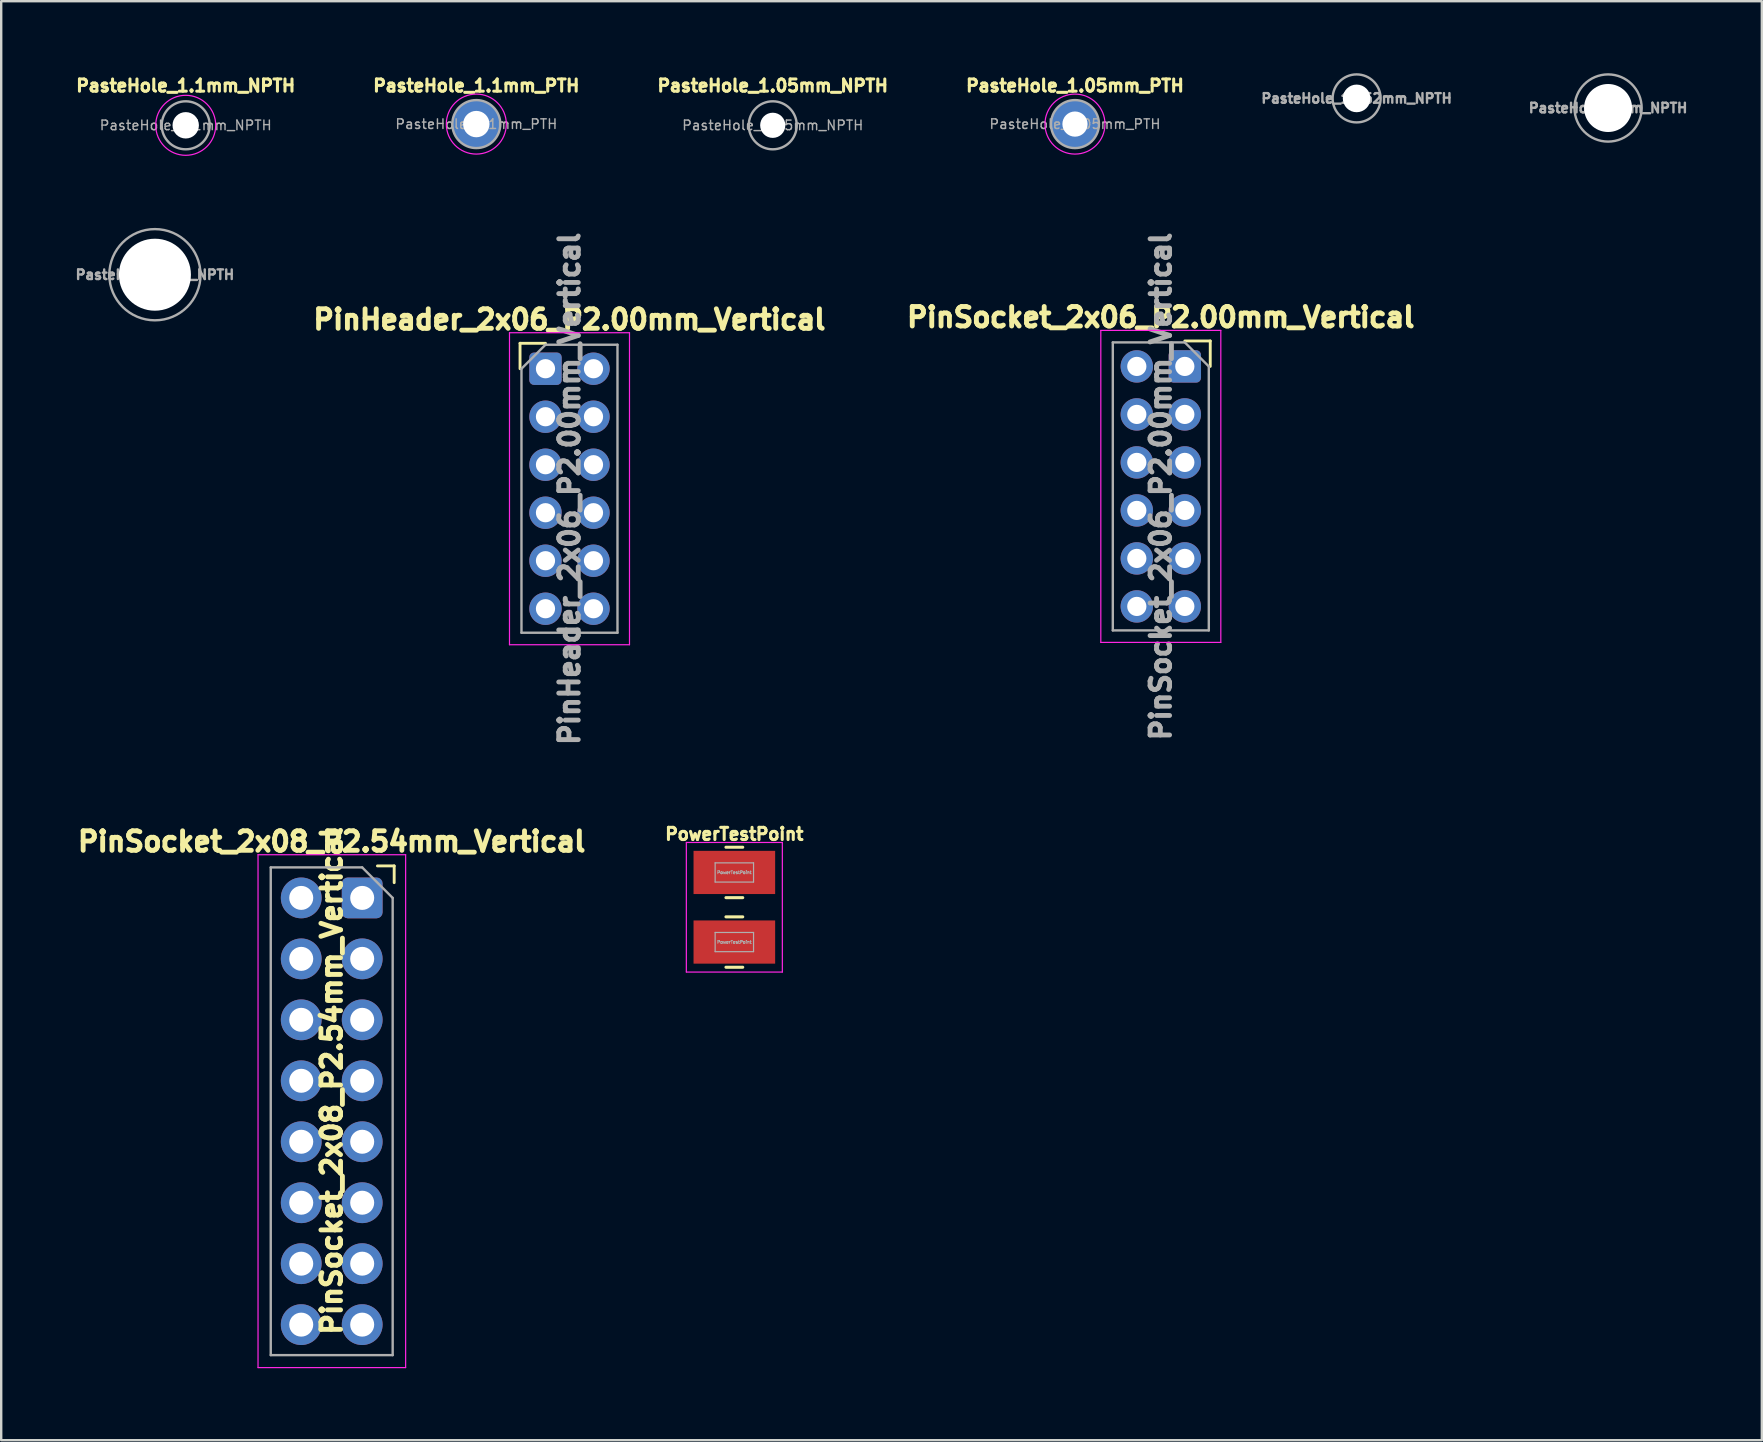
<source format=kicad_pcb>
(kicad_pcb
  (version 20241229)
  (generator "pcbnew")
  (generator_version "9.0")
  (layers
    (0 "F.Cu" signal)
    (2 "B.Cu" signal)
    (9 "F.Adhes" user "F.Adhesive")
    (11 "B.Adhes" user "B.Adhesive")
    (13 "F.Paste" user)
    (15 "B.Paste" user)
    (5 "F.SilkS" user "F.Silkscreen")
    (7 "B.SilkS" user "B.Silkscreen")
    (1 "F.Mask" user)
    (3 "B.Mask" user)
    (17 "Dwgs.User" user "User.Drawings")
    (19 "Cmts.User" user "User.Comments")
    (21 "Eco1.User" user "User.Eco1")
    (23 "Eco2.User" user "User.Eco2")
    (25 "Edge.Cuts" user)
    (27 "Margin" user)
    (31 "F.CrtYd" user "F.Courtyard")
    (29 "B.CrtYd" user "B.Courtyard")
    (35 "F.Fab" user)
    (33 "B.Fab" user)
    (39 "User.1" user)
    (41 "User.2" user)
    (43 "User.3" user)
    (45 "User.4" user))
  (footprint "PasteHole_2mm_NPTH"
    (layer "F.Cu")
    (at 63.952 1.45)
    (property "Reference" "PasteHole_2mm_NPTH" (at 0 0 0) (layer "F.Fab") (effects (font (size 0.4 0.4) (thickness 0.1))))
    (attr exclude_from_pos_files exclude_from_bom)
    (fp_circle (center 0 0) (end 1.4 0) (stroke (width 0.1) (type solid)) (fill no) (layer "F.Fab"))
    (pad "" np_thru_hole circle (at 0 0) (size 2 2) (drill 2) (layers "*.Cu" "*.Mask")))
  (footprint "PasteHole_1.1mm_NPTH"
    (layer "F.Cu")
    (at 4.688 2.171)
    (property "Reference" "PasteHole_1.1mm_NPTH" (at 0 -1.651 0) (layer "F.SilkS") (effects (font (size 0.508 0.508) (thickness 0.127))))
    (attr exclude_from_pos_files exclude_from_bom)
    (fp_circle (center 0 0) (end 1.25 0) (stroke (width 0.05) (type solid)) (fill no) (layer "F.CrtYd"))
    (fp_circle (center 0 0) (end 1 0) (stroke (width 0.1) (type solid)) (fill no) (layer "F.Fab"))
    (fp_text user "${REFERENCE}" (at 0 0 0) (layer "F.Fab") (effects (font (size 0.4 0.4) (thickness 0.06))))
    (pad "" np_thru_hole oval (at 0 0) (size 1.1 1.1) (drill 1.1) (layers "*.Cu" "*.Mask")))
  (footprint "PinSocket_2x08_P2.54mm_Vertical"
    (layer "F.Cu")
    (at 9.501 34.362)
    (property "Reference" "PinSocket_2x08_P2.54mm_Vertical" (at 1.27 7.62 90) (layer "F.SilkS") (effects (font (size 0.818 0.813) (thickness 0.203) (bold yes))))
    (attr through_hole)
    (fp_line (start 3.873 -1.333) (end 3.175 -1.333) (stroke (width 0.12) (type solid)) (layer "F.SilkS"))
    (fp_line (start 3.873 -1.333) (end 3.873 -0.635) (stroke (width 0.12) (type solid)) (layer "F.SilkS"))
    (fp_line (start -1.8 -1.8) (end -1.8 19.57) (stroke (width 0.05) (type solid)) (layer "F.CrtYd"))
    (fp_line (start -1.8 19.57) (end 4.35 19.57) (stroke (width 0.05) (type solid)) (layer "F.CrtYd"))
    (fp_line (start 4.35 -1.8) (end -1.8 -1.8) (stroke (width 0.05) (type solid)) (layer "F.CrtYd"))
    (fp_line (start 4.35 19.57) (end 4.35 -1.8) (stroke (width 0.05) (type solid)) (layer "F.CrtYd"))
    (fp_line (start -1.27 -1.27) (end 2.54 -1.27) (stroke (width 0.1) (type solid)) (layer "F.Fab"))
    (fp_line (start -1.27 19.05) (end -1.27 -1.27) (stroke (width 0.1) (type solid)) (layer "F.Fab"))
    (fp_line (start 3.81 0) (end 2.54 -1.27) (stroke (width 0.1) (type solid)) (layer "F.Fab"))
    (fp_line (start 3.81 0) (end 3.81 19.05) (stroke (width 0.1) (type solid)) (layer "F.Fab"))
    (fp_line (start 3.81 19.05) (end -1.27 19.05) (stroke (width 0.1) (type solid)) (layer "F.Fab"))
    (fp_text user "${REFERENCE}" (at 1.27 -2.349 0) (layer "F.SilkS") (effects (font (size 0.813 0.813) (thickness 0.203) (bold yes))))
    (pad "1" thru_hole roundrect (at 2.54 0) (size 1.7 1.7) (drill 1) (layers "*.Cu" "*.Mask") (roundrect_rratio 0.147))
    (pad "2" thru_hole oval (at 0 0) (size 1.7 1.7) (drill 1) (layers "*.Cu" "*.Mask"))
    (pad "3" thru_hole oval (at 2.54 2.54) (size 1.7 1.7) (drill 1) (layers "*.Cu" "*.Mask"))
    (pad "4" thru_hole oval (at 0 2.54) (size 1.7 1.7) (drill 1) (layers "*.Cu" "*.Mask"))
    (pad "5" thru_hole oval (at 2.54 5.08) (size 1.7 1.7) (drill 1) (layers "*.Cu" "*.Mask"))
    (pad "6" thru_hole oval (at 0 5.08) (size 1.7 1.7) (drill 1) (layers "*.Cu" "*.Mask"))
    (pad "7" thru_hole oval (at 2.54 7.62) (size 1.7 1.7) (drill 1) (layers "*.Cu" "*.Mask"))
    (pad "8" thru_hole oval (at 0 7.62) (size 1.7 1.7) (drill 1) (layers "*.Cu" "*.Mask"))
    (pad "9" thru_hole oval (at 2.54 10.16) (size 1.7 1.7) (drill 1) (layers "*.Cu" "*.Mask"))
    (pad "10" thru_hole oval (at 0 10.16) (size 1.7 1.7) (drill 1) (layers "*.Cu" "*.Mask"))
    (pad "11" thru_hole oval (at 2.54 12.7) (size 1.7 1.7) (drill 1) (layers "*.Cu" "*.Mask"))
    (pad "12" thru_hole oval (at 0 12.7) (size 1.7 1.7) (drill 1) (layers "*.Cu" "*.Mask"))
    (pad "13" thru_hole oval (at 2.54 15.24) (size 1.7 1.7) (drill 1) (layers "*.Cu" "*.Mask"))
    (pad "14" thru_hole oval (at 0 15.24) (size 1.7 1.7) (drill 1) (layers "*.Cu" "*.Mask"))
    (pad "15" thru_hole oval (at 2.54 17.78) (size 1.7 1.7) (drill 1) (layers "*.Cu" "*.Mask"))
    (pad "16" thru_hole oval (at 0 17.78) (size 1.7 1.7) (drill 1) (layers "*.Cu" "*.Mask")))
  (footprint "PinHeader_2x06_P2.00mm_Vertical"
    (layer "F.Cu")
    (at 19.678 12.313)
    (property "Reference" "PinHeader_2x06_P2.00mm_Vertical" (at 1 5 90) (layer "F.Fab") (effects (font (size 0.813 0.813) (thickness 0.203) (bold yes))))
    (attr through_hole)
    (fp_line (start -1.06 -1.06) (end 0 -1.06) (stroke (width 0.12) (type solid)) (layer "F.SilkS"))
    (fp_line (start -1.06 0) (end -1.06 -1.06) (stroke (width 0.12) (type solid)) (layer "F.SilkS"))
    (fp_line (start -1.5 -1.5) (end -1.5 11.5) (stroke (width 0.05) (type solid)) (layer "F.CrtYd"))
    (fp_line (start -1.5 11.5) (end 3.5 11.5) (stroke (width 0.05) (type solid)) (layer "F.CrtYd"))
    (fp_line (start 3.5 -1.5) (end -1.5 -1.5) (stroke (width 0.05) (type solid)) (layer "F.CrtYd"))
    (fp_line (start 3.5 11.5) (end 3.5 -1.5) (stroke (width 0.05) (type solid)) (layer "F.CrtYd"))
    (fp_line (start -1 0) (end 0 -1) (stroke (width 0.1) (type solid)) (layer "F.Fab"))
    (fp_line (start -1 11) (end -1 0) (stroke (width 0.1) (type solid)) (layer "F.Fab"))
    (fp_line (start 0 -1) (end 3 -1) (stroke (width 0.1) (type solid)) (layer "F.Fab"))
    (fp_line (start 3 -1) (end 3 11) (stroke (width 0.1) (type solid)) (layer "F.Fab"))
    (fp_line (start 3 11) (end -1 11) (stroke (width 0.1) (type solid)) (layer "F.Fab"))
    (fp_text user "${REFERENCE}" (at 1 -2.05 180) (layer "F.SilkS") (effects (font (size 0.813 0.813) (thickness 0.203) (bold yes))))
    (pad "1" thru_hole roundrect (at 0 0) (size 1.35 1.35) (drill 0.8) (layers "*.Cu" "*.Mask") (roundrect_rratio 0.148))
    (pad "2" thru_hole oval (at 2 0) (size 1.35 1.35) (drill 0.8) (layers "*.Cu" "*.Mask"))
    (pad "3" thru_hole oval (at 0 2) (size 1.35 1.35) (drill 0.8) (layers "*.Cu" "*.Mask"))
    (pad "4" thru_hole oval (at 2 2) (size 1.35 1.35) (drill 0.8) (layers "*.Cu" "*.Mask"))
    (pad "5" thru_hole oval (at 0 4) (size 1.35 1.35) (drill 0.8) (layers "*.Cu" "*.Mask"))
    (pad "6" thru_hole oval (at 2 4) (size 1.35 1.35) (drill 0.8) (layers "*.Cu" "*.Mask"))
    (pad "7" thru_hole oval (at 0 6) (size 1.35 1.35) (drill 0.8) (layers "*.Cu" "*.Mask"))
    (pad "8" thru_hole oval (at 2 6) (size 1.35 1.35) (drill 0.8) (layers "*.Cu" "*.Mask"))
    (pad "9" thru_hole oval (at 0 8) (size 1.35 1.35) (drill 0.8) (layers "*.Cu" "*.Mask"))
    (pad "10" thru_hole oval (at 2 8) (size 1.35 1.35) (drill 0.8) (layers "*.Cu" "*.Mask"))
    (pad "11" thru_hole oval (at 0 10) (size 1.35 1.35) (drill 0.8) (layers "*.Cu" "*.Mask"))
    (pad "12" thru_hole oval (at 2 10) (size 1.35 1.35) (drill 0.8) (layers "*.Cu" "*.Mask")))
  (footprint "PasteHole_1.1mm_PTH"
    (layer "F.Cu")
    (at 16.796 2.12)
    (property "Reference" "PasteHole_1.1mm_PTH" (at 0 -1.6 0) (layer "F.SilkS") (effects (font (size 0.508 0.508) (thickness 0.127))))
    (attr exclude_from_pos_files exclude_from_bom)
    (fp_circle (center 0 0) (end 1.25 0) (stroke (width 0.05) (type solid)) (fill no) (layer "F.CrtYd"))
    (fp_circle (center 0 0) (end 1 0) (stroke (width 0.1) (type solid)) (fill no) (layer "F.Fab"))
    (fp_text user "${REFERENCE}" (at 0 0 0) (layer "F.Fab") (effects (font (size 0.4 0.4) (thickness 0.06))))
    (pad "1" thru_hole circle (at 0 0) (size 2 2) (drill 1.1) (layers "*.Cu" "*.Mask")))
  (footprint "PasteHole_1.05mm_PTH"
    (layer "F.Cu")
    (at 41.74 2.12)
    (property "Reference" "PasteHole_1.05mm_PTH" (at 0 -1.6 0) (layer "F.SilkS") (effects (font (size 0.508 0.508) (thickness 0.127))))
    (attr exclude_from_pos_files exclude_from_bom)
    (fp_circle (center 0 0) (end 1.25 0) (stroke (width 0.05) (type solid)) (fill no) (layer "F.CrtYd"))
    (fp_circle (center 0 0) (end 1 0) (stroke (width 0.1) (type solid)) (fill no) (layer "F.Fab"))
    (fp_text user "${REFERENCE}" (at 0 0 0) (layer "F.Fab") (effects (font (size 0.4 0.4) (thickness 0.06))))
    (pad "1" thru_hole circle (at 0 0) (size 2 2) (drill 1.05) (layers "*.Cu" "*.Mask")))
  (footprint "PasteHole_1.152mm_NPTH"
    (layer "F.Cu")
    (at 53.475 1.05)
    (property "Reference" "PasteHole_1.152mm_NPTH" (at 0 0 0) (layer "F.Fab") (effects (font (size 0.4 0.4) (thickness 0.1))))
    (attr exclude_from_pos_files exclude_from_bom)
    (fp_circle (center 0 0) (end 1 0) (stroke (width 0.1) (type solid)) (fill no) (layer "F.Fab"))
    (pad "" np_thru_hole circle (at 0 0) (size 1.152 1.152) (drill 1.152) (layers "*.Cu" "*.Mask")))
  (footprint "PinSocket_2x06_P2.00mm_Vertical"
    (layer "F.Cu")
    (at 46.316 12.217)
    (property "Reference" "PinSocket_2x06_P2.00mm_Vertical" (at -1 5 90) (layer "F.Fab") (effects (font (size 0.813 0.813) (thickness 0.203) (bold yes))))
    (attr through_hole)
    (fp_line (start 0 -1.06) (end 1.06 -1.06) (stroke (width 0.12) (type solid)) (layer "F.SilkS"))
    (fp_line (start 1.06 -1.06) (end 1.06 0) (stroke (width 0.12) (type solid)) (layer "F.SilkS"))
    (fp_line (start -3.5 -1.5) (end 1.5 -1.5) (stroke (width 0.05) (type solid)) (layer "F.CrtYd"))
    (fp_line (start -3.5 11.5) (end -3.5 -1.5) (stroke (width 0.05) (type solid)) (layer "F.CrtYd"))
    (fp_line (start 1.5 -1.5) (end 1.5 11.5) (stroke (width 0.05) (type solid)) (layer "F.CrtYd"))
    (fp_line (start 1.5 11.5) (end -3.5 11.5) (stroke (width 0.05) (type solid)) (layer "F.CrtYd"))
    (fp_line (start -3 -1) (end 0 -1) (stroke (width 0.1) (type solid)) (layer "F.Fab"))
    (fp_line (start -3 11) (end -3 -1) (stroke (width 0.1) (type solid)) (layer "F.Fab"))
    (fp_line (start 0 -1) (end 1 0) (stroke (width 0.1) (type solid)) (layer "F.Fab"))
    (fp_line (start 1 0) (end 1 11) (stroke (width 0.1) (type solid)) (layer "F.Fab"))
    (fp_line (start 1 11) (end -3 11) (stroke (width 0.1) (type solid)) (layer "F.Fab"))
    (fp_text user "${REFERENCE}" (at -1 -2.05 180) (layer "F.SilkS") (effects (font (size 0.813 0.813) (thickness 0.203) (bold yes))))
    (pad "1" thru_hole roundrect (at 0 0) (size 1.35 1.35) (drill 0.8) (layers "*.Cu" "*.Mask") (roundrect_rratio 0.148))
    (pad "2" thru_hole oval (at -2 0) (size 1.35 1.35) (drill 0.8) (layers "*.Cu" "*.Mask"))
    (pad "3" thru_hole oval (at 0 2) (size 1.35 1.35) (drill 0.8) (layers "*.Cu" "*.Mask"))
    (pad "4" thru_hole oval (at -2 2) (size 1.35 1.35) (drill 0.8) (layers "*.Cu" "*.Mask"))
    (pad "5" thru_hole oval (at 0 4) (size 1.35 1.35) (drill 0.8) (layers "*.Cu" "*.Mask"))
    (pad "6" thru_hole oval (at -2 4) (size 1.35 1.35) (drill 0.8) (layers "*.Cu" "*.Mask"))
    (pad "7" thru_hole oval (at 0 6) (size 1.35 1.35) (drill 0.8) (layers "*.Cu" "*.Mask"))
    (pad "8" thru_hole oval (at -2 6) (size 1.35 1.35) (drill 0.8) (layers "*.Cu" "*.Mask"))
    (pad "9" thru_hole oval (at 0 8) (size 1.35 1.35) (drill 0.8) (layers "*.Cu" "*.Mask"))
    (pad "10" thru_hole oval (at -2 8) (size 1.35 1.35) (drill 0.8) (layers "*.Cu" "*.Mask"))
    (pad "11" thru_hole oval (at 0 10) (size 1.35 1.35) (drill 0.8) (layers "*.Cu" "*.Mask"))
    (pad "12" thru_hole oval (at -2 10) (size 1.35 1.35) (drill 0.8) (layers "*.Cu" "*.Mask")))
  (footprint "PasteHole_3mm_NPTH"
    (layer "F.Cu")
    (at 3.405 8.396)
    (property "Reference" "PasteHole_3mm_NPTH" (at 0 0 0) (layer "F.Fab") (effects (font (size 0.4 0.4) (thickness 0.1))))
    (attr exclude_from_pos_files exclude_from_bom)
    (fp_circle (center 0 0) (end 1.9 0) (stroke (width 0.1) (type solid)) (fill no) (layer "F.Fab"))
    (pad "" np_thru_hole circle (at 0 0) (size 3 3) (drill 3) (layers "*.Cu" "*.Mask")))
  (footprint "PowerTestPoint"
    (layer "F.Cu")
    (at 27.547 34.751)
    (property "Reference" "PowerTestPoint" (at 0 -3.05 0) (layer "F.SilkS") (effects (font (size 0.508 0.508) (thickness 0.127))))
    (attr smd)
    (fp_line (start -0.35 -2.5) (end 0.35 -2.5) (stroke (width 0.127) (type solid)) (layer "F.SilkS"))
    (fp_line (start -0.35 0.4) (end 0.35 0.4) (stroke (width 0.127) (type solid)) (layer "F.SilkS"))
    (fp_line (start 0.35 -0.4) (end -0.35 -0.4) (stroke (width 0.127) (type solid)) (layer "F.SilkS"))
    (fp_line (start 0.35 2.5) (end -0.35 2.5) (stroke (width 0.127) (type solid)) (layer "F.SilkS"))
    (fp_line (start -2 -2.7) (end 2 -2.7) (stroke (width 0.05) (type solid)) (layer "F.CrtYd"))
    (fp_line (start -2 2.7) (end -2 -2.7) (stroke (width 0.05) (type solid)) (layer "F.CrtYd"))
    (fp_line (start -2 2.7) (end 2 2.7) (stroke (width 0.05) (type solid)) (layer "F.CrtYd"))
    (fp_line (start 2 -2.7) (end 2 2.7) (stroke (width 0.05) (type solid)) (layer "F.CrtYd"))
    (fp_line (start -0.8 -1.85) (end 0.8 -1.85) (stroke (width 0.05) (type solid)) (layer "F.Fab"))
    (fp_line (start -0.8 -1.05) (end -0.8 -1.85) (stroke (width 0.05) (type solid)) (layer "F.Fab"))
    (fp_line (start -0.8 1.05) (end 0.8 1.05) (stroke (width 0.05) (type solid)) (layer "F.Fab"))
    (fp_line (start -0.8 1.85) (end -0.8 1.05) (stroke (width 0.05) (type solid)) (layer "F.Fab"))
    (fp_line (start 0.8 -1.85) (end 0.8 -1.05) (stroke (width 0.05) (type solid)) (layer "F.Fab"))
    (fp_line (start 0.8 -1.05) (end -0.8 -1.05) (stroke (width 0.05) (type solid)) (layer "F.Fab"))
    (fp_line (start 0.8 1.05) (end 0.8 1.85) (stroke (width 0.05) (type solid)) (layer "F.Fab"))
    (fp_line (start 0.8 1.85) (end -0.8 1.85) (stroke (width 0.05) (type solid)) (layer "F.Fab"))
    (fp_text user "${REFERENCE}" (at 0 -1.45 0) (layer "F.Fab") (effects (font (size 0.127 0.127) (thickness 0.032))))
    (fp_text user "${REFERENCE}" (at 0 1.45 0) (layer "F.Fab") (effects (font (size 0.127 0.127) (thickness 0.032))))
    (pad "1" smd rect (at 0 -1.45) (size 3.4 1.8) (layers "F.Cu" "F.Mask" "F.Paste"))
    (pad "2" smd rect (at 0 1.45) (size 3.4 1.8) (layers "F.Cu" "F.Mask" "F.Paste")))
  (footprint "PasteHole_1.05mm_NPTH"
    (layer "F.Cu")
    (at 29.147 2.171)
    (property "Reference" "PasteHole_1.05mm_NPTH" (at 0 -1.651 0) (layer "F.SilkS") (effects (font (size 0.508 0.508) (thickness 0.127))))
    (attr exclude_from_pos_files exclude_from_bom)
    (fp_circle (center 0 0) (end 1 0) (stroke (width 0.1) (type solid)) (fill no) (layer "F.Fab"))
    (fp_text user "${REFERENCE}" (at 0 0 0) (layer "F.Fab") (effects (font (size 0.4 0.4) (thickness 0.06))))
    (pad "" np_thru_hole oval (at 0 0) (size 1.05 1.05) (drill 1.05) (layers "*.Cu" "*.Mask")))
  (gr_rect
    (start -3 -3)
    (end 70.358 56.957)
    (stroke (width 0.1) (type default))
    (fill no)
    (layer "Edge.Cuts")))
</source>
